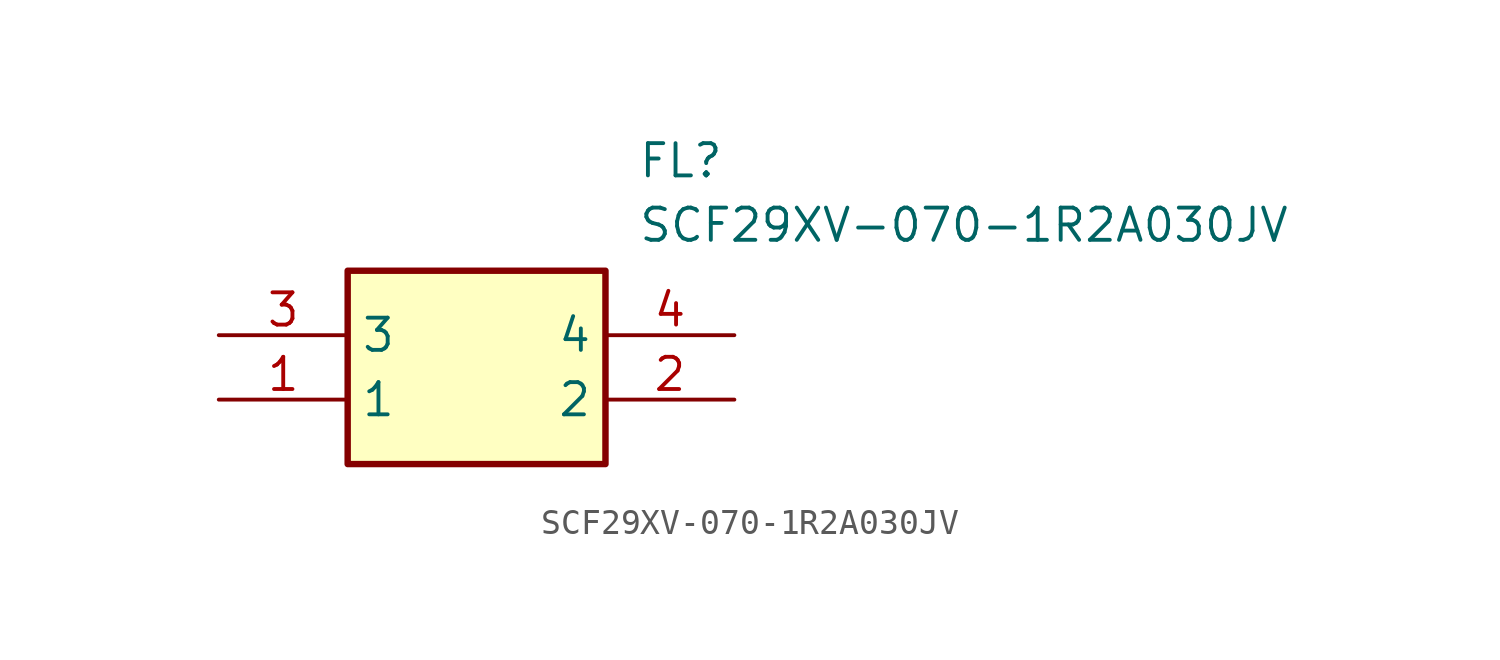
<source format=kicad_sym>
(kicad_symbol_lib
  (version 20211014)
  (generator SamacSys_ECAD_Model)
  (symbol "SCF29XV-070-1R2A030JV"
    (property "Reference" "FL"
      (at 16.51 7.62 0)
      (effects (font (size 1.27 1.27)) (justify left top)))
    (property "Value" "SCF29XV-070-1R2A030JV"
      (at 16.51 5.08 0)
      (effects (font (size 1.27 1.27)) (justify left top)))
    (rectangle
      (start 5.08 2.54)
      (end 15.24 -5.08)
      (stroke (width 0.254) (type default))
      (fill (type background)))
    (pin passive line
      (at 0 -2.54 0)
      (length 5.08)
      (name "1" (effects (font (size 1.27 1.27))))
      (number "1" (effects (font (size 1.27 1.27)))))
    (pin passive line
      (at 20.32 -2.54 180)
      (length 5.08)
      (name "2" (effects (font (size 1.27 1.27))))
      (number "2" (effects (font (size 1.27 1.27)))))
    (pin passive line
      (at 0 0 0)
      (length 5.08)
      (name "3" (effects (font (size 1.27 1.27))))
      (number "3" (effects (font (size 1.27 1.27)))))
    (pin passive line
      (at 20.32 0 180)
      (length 5.08)
      (name "4" (effects (font (size 1.27 1.27))))
      (number "4" (effects (font (size 1.27 1.27)))))))
</source>
